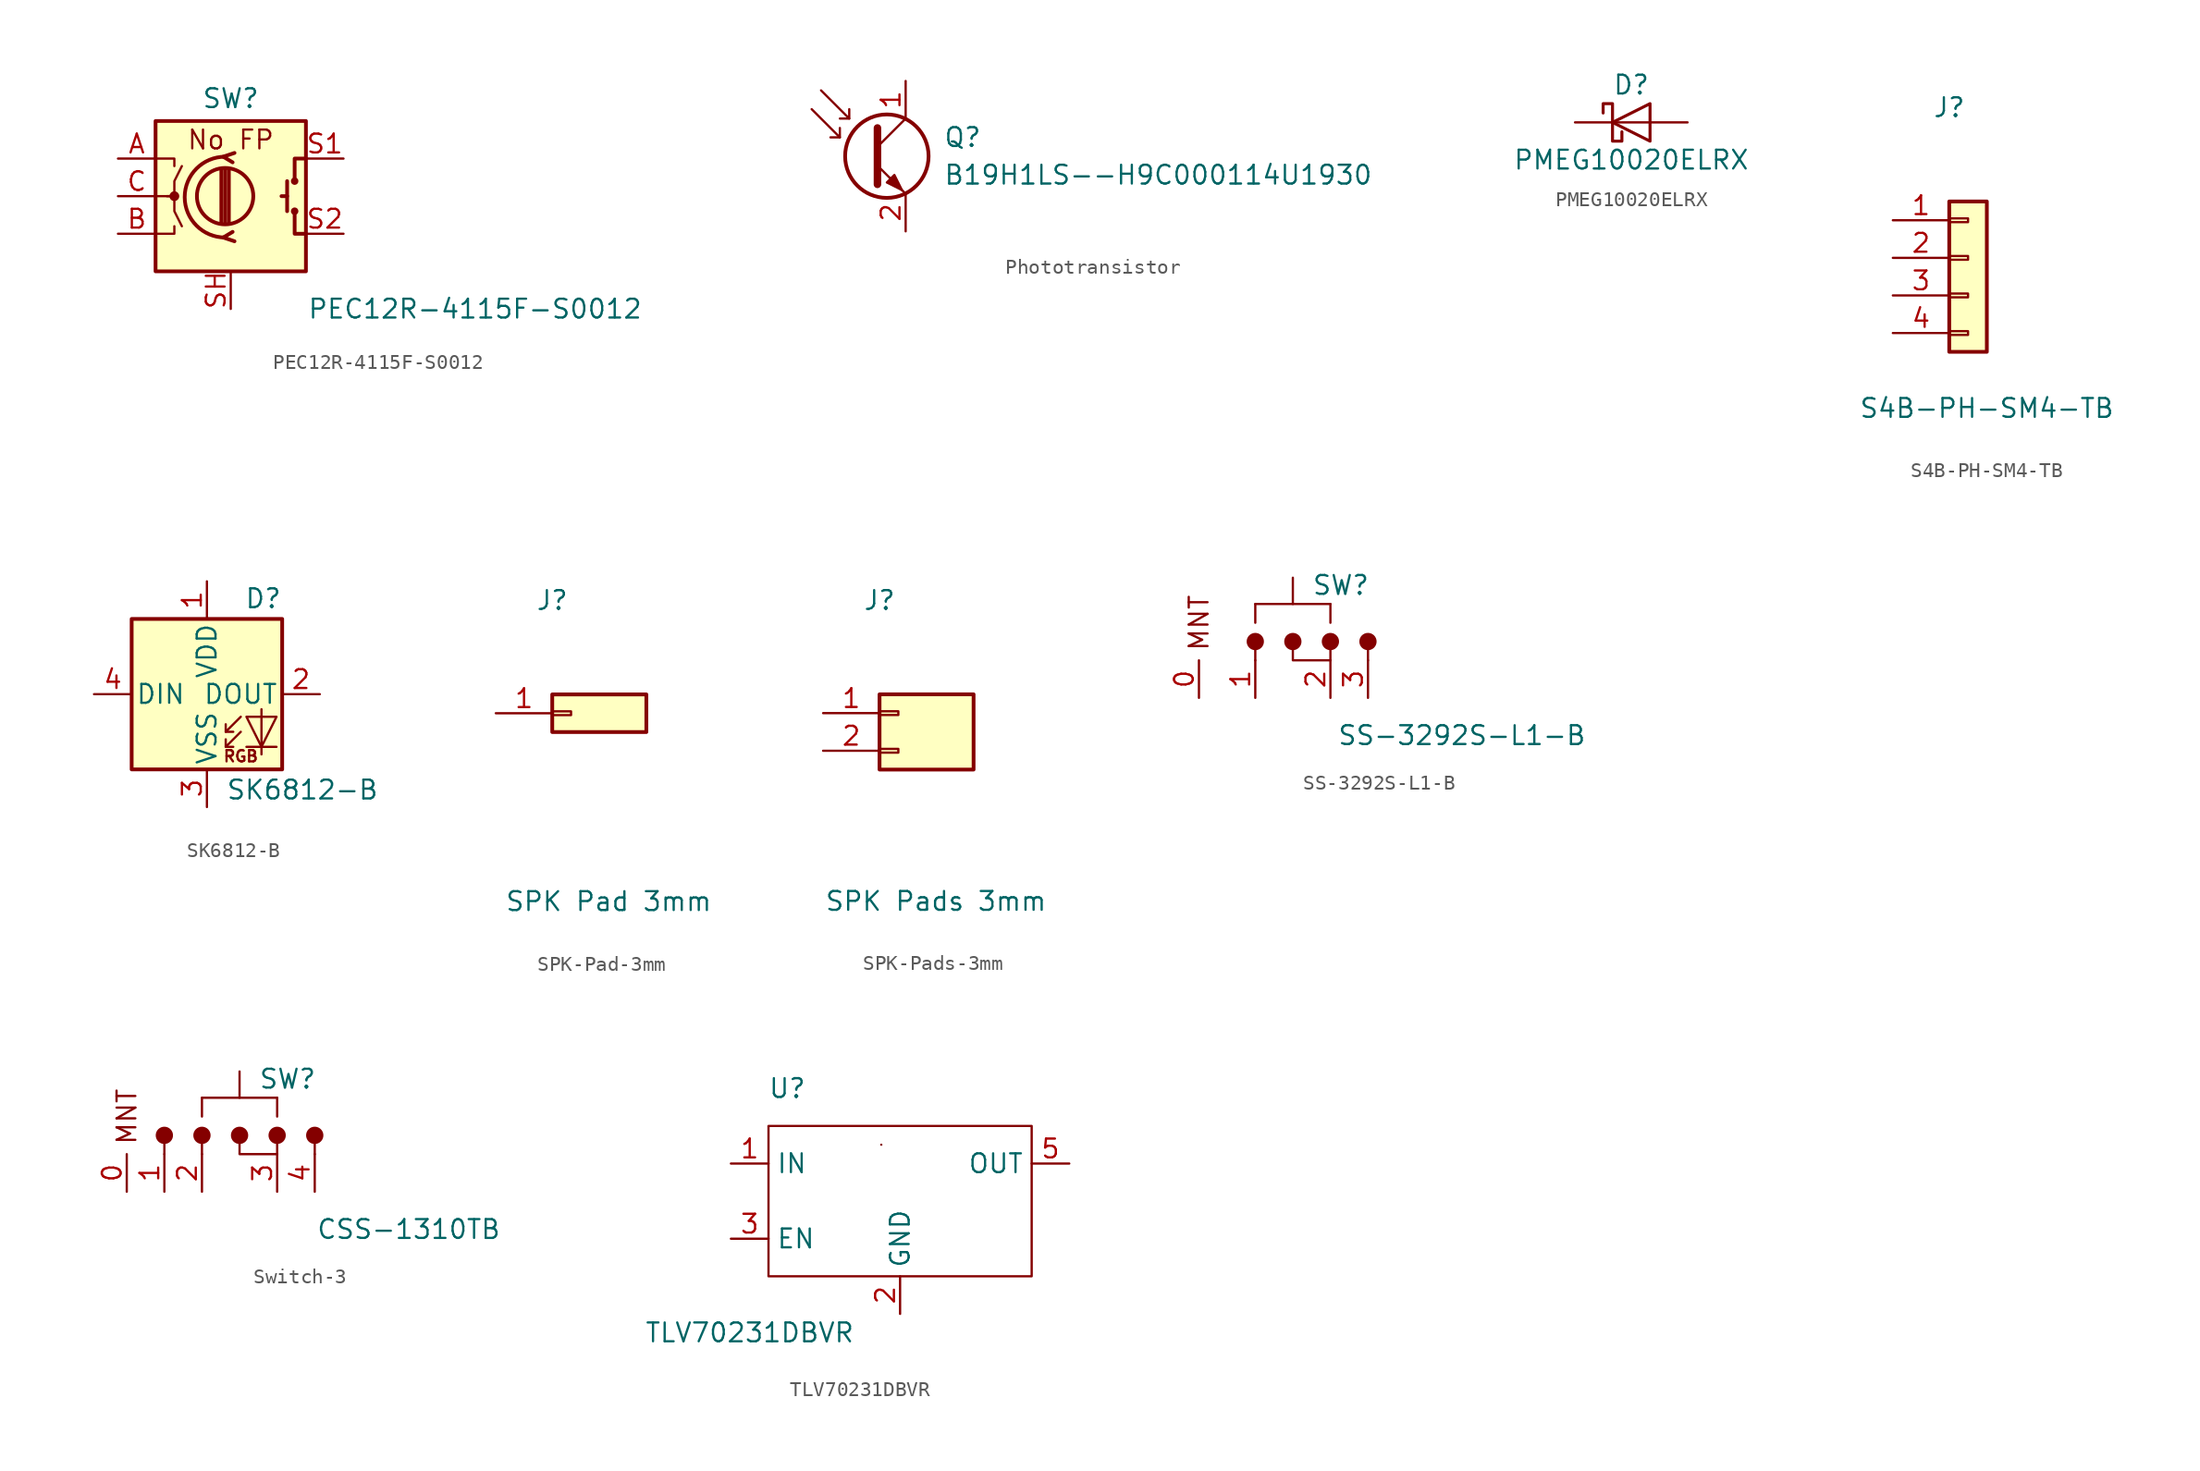
<source format=kicad_sym>
(kicad_symbol_lib
  (version 20231120)
  (generator "kicad_symbol_editor")
  (generator_version "8.0")
  (symbol "PEC12R-4115F-S0012"
    (pin_names
      (offset 0.254) hide)
    (property "Reference" "SW"
      (at 0 6.604 0)
      (effects (font (size 1.27 1.27))))
    (property "Value" "PEC12R-4115F-S0012"
      (at 16.51 -7.62 0)
      (effects (font (size 1.27 1.27))))
    (symbol "PEC12R-4115F-S0012_0_1"
      (rectangle (start -5.08 5.08) (end 5.08 -5.08) (stroke (width 0.254) (type default)) (fill (type background)))
      (circle (center -3.81 0) (radius 0.254) (stroke (width 0) (type default)) (fill (type outline)))
      (circle (center -0.381 0) (radius 1.905) (stroke (width 0.254) (type default)) (fill (type none)))
      (arc (start -0.381 2.667) (mid -3.0988 -0.0635) (end -0.381 -2.794) (stroke (width 0.254) (type default)) (fill (type none)))
      (polyline (pts (xy -0.635 -1.778) (xy -0.635 1.778)) (stroke (width 0.254) (type default)) (fill (type none)))
      (polyline (pts (xy -0.381 -1.778) (xy -0.381 1.778)) (stroke (width 0.254) (type default)) (fill (type none)))
      (polyline (pts (xy -0.127 1.778) (xy -0.127 -1.778)) (stroke (width 0.254) (type default)) (fill (type none)))
      (polyline (pts (xy 3.81 0) (xy 3.429 0)) (stroke (width 0.254) (type default)) (fill (type none)))
      (polyline (pts (xy 3.81 1.016) (xy 3.81 -1.016)) (stroke (width 0.254) (type default)) (fill (type none)))
      (polyline (pts (xy -5.08 -2.54) (xy -3.81 -2.54) (xy -3.81 -2.032)) (stroke (width 0) (type default)) (fill (type none)))
      (polyline (pts (xy -5.08 2.54) (xy -3.81 2.54) (xy -3.81 2.032)) (stroke (width 0) (type default)) (fill (type none)))
      (polyline (pts (xy 0.254 -3.048) (xy -0.508 -2.794) (xy 0.127 -2.413)) (stroke (width 0.254) (type default)) (fill (type none)))
      (polyline (pts (xy 0.254 2.921) (xy -0.508 2.667) (xy 0.127 2.286)) (stroke (width 0.254) (type default)) (fill (type none)))
      (polyline (pts (xy 5.08 -2.54) (xy 4.318 -2.54) (xy 4.318 -1.016)) (stroke (width 0.254) (type default)) (fill (type none)))
      (polyline (pts (xy 5.08 2.54) (xy 4.318 2.54) (xy 4.318 1.016)) (stroke (width 0.254) (type default)) (fill (type none)))
      (polyline (pts (xy -5.08 0) (xy -3.81 0) (xy -3.81 -1.016) (xy -3.302 -2.032)) (stroke (width 0) (type default)) (fill (type none)))
      (polyline (pts (xy -4.318 0) (xy -3.81 0) (xy -3.81 1.016) (xy -3.302 2.032)) (stroke (width 0) (type default)) (fill (type none)))
      (circle (center 4.318 -1.016) (radius 0.127) (stroke (width 0.254) (type default)) (fill (type none)))
      (circle (center 4.318 1.016) (radius 0.127) (stroke (width 0.254) (type default)) (fill (type none))))
    (symbol "PEC12R-4115F-S0012_1_1"
      (text "No FP" (at 0 3.81 0) (effects (font (size 1.27 1.27))))
      (pin passive line (at -7.62 2.54 0) (length 2.54) (name "A" (effects (font (size 1.27 1.27)))) (number "A" (effects (font (size 1.27 1.27)))))
      (pin passive line (at -7.62 -2.54 0) (length 2.54) (name "B" (effects (font (size 1.27 1.27)))) (number "B" (effects (font (size 1.27 1.27)))))
      (pin passive line (at -7.62 0 0) (length 2.54) (name "C" (effects (font (size 1.27 1.27)))) (number "C" (effects (font (size 1.27 1.27)))))
      (pin passive line (at 7.62 2.54 180) (length 2.54) (name "S1" (effects (font (size 1.27 1.27)))) (number "S1" (effects (font (size 1.27 1.27)))))
      (pin passive line (at 7.62 -2.54 180) (length 2.54) (name "S2" (effects (font (size 1.27 1.27)))) (number "S2" (effects (font (size 1.27 1.27)))))
      (pin passive line (at 0 -7.62 90) (length 2.54) (name "SH" (effects (font (size 1.27 1.27)))) (number "SH" (effects (font (size 1.27 1.27)))))))
  (symbol "Phototransistor"
    (pin_names
      (offset 0) hide)
    (property "Reference" "Q"
      (at 5.08 1.27 0)
      (effects (font (size 1.27 1.27)) (justify left)))
    (property "Value" "B19H1LS--H9C000114U1930"
      (at 5.08 -1.27 0)
      (effects (font (size 1.27 1.27)) (justify left)))
    (symbol "Phototransistor_0_1"
      (polyline (pts (xy -1.905 1.27) (xy -2.54 1.27)) (stroke (width 0) (type default)) (fill (type none)))
      (polyline (pts (xy -1.27 2.54) (xy -1.905 2.54)) (stroke (width 0) (type default)) (fill (type none)))
      (polyline (pts (xy 0.635 0.635) (xy 2.54 2.54)) (stroke (width 0) (type default)) (fill (type none)))
      (polyline (pts (xy -3.81 3.175) (xy -1.905 1.27) (xy -1.905 1.905)) (stroke (width 0) (type default)) (fill (type none)))
      (polyline (pts (xy -3.175 4.445) (xy -1.27 2.54) (xy -1.27 3.175)) (stroke (width 0) (type default)) (fill (type none)))
      (polyline (pts (xy 0.635 -0.635) (xy 2.54 -2.54) (xy 2.54 -2.54)) (stroke (width 0) (type default)) (fill (type none)))
      (polyline (pts (xy 0.635 1.905) (xy 0.635 -1.905) (xy 0.635 -1.905)) (stroke (width 0.508) (type default)) (fill (type none)))
      (polyline (pts (xy 1.27 -1.778) (xy 1.778 -1.27) (xy 2.286 -2.286) (xy 1.27 -1.778) (xy 1.27 -1.778)) (stroke (width 0) (type default)) (fill (type outline)))
      (circle (center 1.27 0) (radius 2.819) (stroke (width 0.254) (type default)) (fill (type none))))
    (symbol "Phototransistor_1_1"
      (pin passive line (at 2.54 5.08 270) (length 2.54) (name "C" (effects (font (size 1.27 1.27)))) (number "1" (effects (font (size 1.27 1.27)))))
      (pin passive line (at 2.54 -5.08 90) (length 2.54) (name "E" (effects (font (size 1.27 1.27)))) (number "2" (effects (font (size 1.27 1.27)))))))
  (symbol "PMEG10020ELRX"
    (pin_numbers hide)
    (pin_names hide)
    (property "Reference" "D"
      (at 0 2.54 0)
      (effects (font (size 1.27 1.27))))
    (property "Value" "PMEG10020ELRX"
      (at 0 -2.54 0)
      (effects (font (size 1.27 1.27))))
    (symbol "PMEG10020ELRX_0_1"
      (polyline (pts (xy 1.27 0) (xy -1.27 0)) (stroke (width 0) (type default)) (fill (type none)))
      (polyline (pts (xy 1.27 1.27) (xy 1.27 -1.27) (xy -1.27 0) (xy 1.27 1.27)) (stroke (width 0.203) (type default)) (fill (type none)))
      (polyline (pts (xy -1.905 0.635) (xy -1.905 1.27) (xy -1.27 1.27) (xy -1.27 -1.27) (xy -0.635 -1.27) (xy -0.635 -0.635)) (stroke (width 0.203) (type default)) (fill (type none))))
    (symbol "PMEG10020ELRX_1_1"
      (pin passive line (at -3.81 0 0) (length 2.54) (name "K" (effects (font (size 1.27 1.27)))) (number "1" (effects (font (size 1.27 1.27)))))
      (pin passive line (at 3.81 0 180) (length 2.54) (name "A" (effects (font (size 1.27 1.27)))) (number "2" (effects (font (size 1.27 1.27)))))))
  (symbol "S4B-PH-SM4-TB"
    (pin_names
      (offset 1.016) hide)
    (property "Reference" "J"
      (at 0 7.62 0)
      (effects (font (size 1.27 1.27))))
    (property "Value" "S4B-PH-SM4-TB"
      (at 2.54 -12.7 0)
      (effects (font (size 1.27 1.27))))
    (symbol "S4B-PH-SM4-TB_1_1"
      (rectangle (start 0 -7.493) (end 1.27 -7.747) (stroke (width 0.152) (type default)) (fill (type none)))
      (rectangle (start 0 -4.953) (end 1.27 -5.207) (stroke (width 0.152) (type default)) (fill (type none)))
      (rectangle (start 0 -2.413) (end 1.27 -2.667) (stroke (width 0.152) (type default)) (fill (type none)))
      (rectangle (start 0 0.127) (end 1.27 -0.127) (stroke (width 0.152) (type default)) (fill (type none)))
      (rectangle (start 0 1.27) (end 2.54 -8.89) (stroke (width 0.254) (type default)) (fill (type background)))
      (pin passive line (at -3.81 0 0) (length 3.81) (name "Pin_1" (effects (font (size 1.27 1.27)))) (number "1" (effects (font (size 1.27 1.27)))))
      (pin passive line (at -3.81 -2.54 0) (length 3.81) (name "Pin_2" (effects (font (size 1.27 1.27)))) (number "2" (effects (font (size 1.27 1.27)))))
      (pin passive line (at -3.81 -5.08 0) (length 3.81) (name "Pin_3" (effects (font (size 1.27 1.27)))) (number "3" (effects (font (size 1.27 1.27)))))
      (pin passive line (at -3.81 -7.62 0) (length 3.81) (name "Pin_4" (effects (font (size 1.27 1.27)))) (number "4" (effects (font (size 1.27 1.27)))))))
  (symbol "SK6812-B"
    (pin_names
      (offset 0.254))
    (property "Reference" "D"
      (at 5.08 5.715 0)
      (effects (font (size 1.27 1.27)) (justify right bottom)))
    (property "Value" "SK6812-B"
      (at 1.27 -5.715 0)
      (effects (font (size 1.27 1.27)) (justify left top)))
    (symbol "SK6812-B_0_0"
      (text "RGB" (at 2.286 -4.191 0) (effects (font (size 0.762 0.762)))))
    (symbol "SK6812-B_0_1"
      (polyline (pts (xy 1.27 -3.556) (xy 1.778 -3.556)) (stroke (width 0) (type default)) (fill (type none)))
      (polyline (pts (xy 1.27 -2.54) (xy 1.778 -2.54)) (stroke (width 0) (type default)) (fill (type none)))
      (polyline (pts (xy 4.699 -3.556) (xy 2.667 -3.556)) (stroke (width 0) (type default)) (fill (type none)))
      (polyline (pts (xy 2.286 -2.54) (xy 1.27 -3.556) (xy 1.27 -3.048)) (stroke (width 0) (type default)) (fill (type none)))
      (polyline (pts (xy 2.286 -1.524) (xy 1.27 -2.54) (xy 1.27 -2.032)) (stroke (width 0) (type default)) (fill (type none)))
      (polyline (pts (xy 3.683 -1.016) (xy 3.683 -3.556) (xy 3.683 -4.064)) (stroke (width 0) (type default)) (fill (type none)))
      (polyline (pts (xy 4.699 -1.524) (xy 2.667 -1.524) (xy 3.683 -3.556) (xy 4.699 -1.524)) (stroke (width 0) (type default)) (fill (type none)))
      (rectangle (start 5.08 5.08) (end -5.08 -5.08) (stroke (width 0.254) (type default)) (fill (type background))))
    (symbol "SK6812-B_1_1"
      (pin power_in line (at 0 7.62 270) (length 2.54) (name "VDD" (effects (font (size 1.27 1.27)))) (number "1" (effects (font (size 1.27 1.27)))))
      (pin output line (at 7.62 0 180) (length 2.54) (name "DOUT" (effects (font (size 1.27 1.27)))) (number "2" (effects (font (size 1.27 1.27)))))
      (pin power_in line (at 0 -7.62 90) (length 2.54) (name "VSS" (effects (font (size 1.27 1.27)))) (number "3" (effects (font (size 1.27 1.27)))))
      (pin input line (at -7.62 0 0) (length 2.54) (name "DIN" (effects (font (size 1.27 1.27)))) (number "4" (effects (font (size 1.27 1.27)))))))
  (symbol "SPK-Pad-3mm"
    (pin_names
      (offset 1.016) hide)
    (property "Reference" "J"
      (at 0 7.62 0)
      (effects (font (size 1.27 1.27))))
    (property "Value" "SPK Pad 3mm"
      (at 3.81 -12.7 0)
      (effects (font (size 1.27 1.27))))
    (symbol "SPK-Pad-3mm_1_1"
      (rectangle (start 0 0.127) (end 1.27 -0.127) (stroke (width 0.152) (type default)) (fill (type none)))
      (rectangle (start 0 1.27) (end 6.35 -1.27) (stroke (width 0.254) (type default)) (fill (type background)))
      (pin passive line (at -3.81 0 0) (length 3.81) (name "1" (effects (font (size 1.27 1.27)))) (number "1" (effects (font (size 1.27 1.27)))))))
  (symbol "SPK-Pads-3mm"
    (pin_names
      (offset 1.016) hide)
    (property "Reference" "J"
      (at 0 7.62 0)
      (effects (font (size 1.27 1.27))))
    (property "Value" "SPK Pads 3mm"
      (at 3.81 -12.7 0)
      (effects (font (size 1.27 1.27))))
    (symbol "SPK-Pads-3mm_1_1"
      (rectangle (start 0 -2.413) (end 1.27 -2.667) (stroke (width 0.152) (type default)) (fill (type none)))
      (rectangle (start 0 0.127) (end 1.27 -0.127) (stroke (width 0.152) (type default)) (fill (type none)))
      (rectangle (start 0 1.27) (end 6.35 -3.81) (stroke (width 0.254) (type default)) (fill (type background)))
      (pin passive line (at -3.81 0 0) (length 3.81) (name "1" (effects (font (size 1.27 1.27)))) (number "1" (effects (font (size 1.27 1.27)))))
      (pin passive line (at -3.81 -2.54 0) (length 3.81) (name "2" (effects (font (size 1.27 1.27)))) (number "2" (effects (font (size 1.27 1.27)))))))
  (symbol "SS-3292S-L1-B"
    (pin_names
      (offset 1.016) hide)
    (property "Reference" "SW"
      (at 1.27 2.54 0)
      (effects (font (size 1.27 1.27)) (justify left)))
    (property "Value" "SS-3292S-L1-B"
      (at 11.43 -7.62 0)
      (effects (font (size 1.27 1.27))))
    (symbol "SS-3292S-L1-B_0_1"
      (polyline (pts (xy -2.54 -2.54) (xy -2.54 -1.27)) (stroke (width 0) (type default)) (fill (type none)))
      (polyline (pts (xy -2.54 1.27) (xy -2.54 0)) (stroke (width 0) (type default)) (fill (type none)))
      (polyline (pts (xy 0 1.27) (xy 0 3.048)) (stroke (width 0) (type default)) (fill (type none)))
      (polyline (pts (xy 2.54 -2.54) (xy 2.54 -1.27)) (stroke (width 0) (type default)) (fill (type none)))
      (polyline (pts (xy 2.54 1.27) (xy -2.54 1.27)) (stroke (width 0) (type default)) (fill (type none)))
      (polyline (pts (xy 2.54 1.27) (xy 2.54 0)) (stroke (width 0) (type default)) (fill (type none)))
      (polyline (pts (xy 5.08 -2.54) (xy 5.08 -1.27)) (stroke (width 0) (type default)) (fill (type none))))
    (symbol "SS-3292S-L1-B_1_1"
      (circle (center -2.54 -1.27) (radius 0.508) (stroke (width 0) (type default)) (fill (type outline)))
      (circle (center 0 -1.27) (radius 0.508) (stroke (width 0) (type default)) (fill (type outline)))
      (polyline (pts (xy 0 -1.27) (xy 0 -2.54) (xy 2.54 -2.54)) (stroke (width 0) (type default)) (fill (type none)))
      (circle (center 2.54 -1.27) (radius 0.508) (stroke (width 0) (type default)) (fill (type outline)))
      (circle (center 5.08 -1.27) (radius 0.508) (stroke (width 0) (type default)) (fill (type outline)))
      (text "MNT" (at -6.35 0 900) (effects (font (size 1.27 1.27))))
      (pin passive line (at -6.35 -5.08 90) (length 2.54) (name "MNT" (effects (font (size 1.27 1.27)))) (number "0" (effects (font (size 1.27 1.27)))))
      (pin passive line (at -2.54 -5.08 90) (length 2.54) (name "1" (effects (font (size 1.27 1.27)))) (number "1" (effects (font (size 1.27 1.27)))))
      (pin passive line (at 2.54 -5.08 90) (length 2.54) (name "2" (effects (font (size 1.27 1.27)))) (number "2" (effects (font (size 1.27 1.27)))))
      (pin passive line (at 5.08 -5.08 90) (length 2.54) (name "3" (effects (font (size 1.27 1.27)))) (number "3" (effects (font (size 1.27 1.27)))))))
  (symbol "Switch-3"
    (pin_names
      (offset 1.016) hide)
    (property "Reference" "SW"
      (at 1.27 2.54 0)
      (effects (font (size 1.27 1.27)) (justify left)))
    (property "Value" "CSS-1310TB"
      (at 11.43 -7.62 0)
      (effects (font (size 1.27 1.27))))
    (symbol "Switch-3_0_1"
      (polyline (pts (xy -5.08 -2.54) (xy -5.08 -1.27)) (stroke (width 0) (type default)) (fill (type none)))
      (polyline (pts (xy -2.54 -2.54) (xy -2.54 -1.27)) (stroke (width 0) (type default)) (fill (type none)))
      (polyline (pts (xy -2.54 1.27) (xy -2.54 0)) (stroke (width 0) (type default)) (fill (type none)))
      (polyline (pts (xy 0 1.27) (xy 0 3.048)) (stroke (width 0) (type default)) (fill (type none)))
      (polyline (pts (xy 2.54 -2.54) (xy 2.54 -1.27)) (stroke (width 0) (type default)) (fill (type none)))
      (polyline (pts (xy 2.54 1.27) (xy -2.54 1.27)) (stroke (width 0) (type default)) (fill (type none)))
      (polyline (pts (xy 2.54 1.27) (xy 2.54 0)) (stroke (width 0) (type default)) (fill (type none)))
      (polyline (pts (xy 5.08 -2.54) (xy 5.08 -1.27)) (stroke (width 0) (type default)) (fill (type none))))
    (symbol "Switch-3_1_1"
      (circle (center -5.08 -1.27) (radius 0.508) (stroke (width 0) (type default)) (fill (type outline)))
      (circle (center -2.54 -1.27) (radius 0.508) (stroke (width 0) (type default)) (fill (type outline)))
      (circle (center 0 -1.27) (radius 0.508) (stroke (width 0) (type default)) (fill (type outline)))
      (polyline (pts (xy 0 -1.27) (xy 0 -2.54) (xy 2.54 -2.54)) (stroke (width 0) (type default)) (fill (type none)))
      (circle (center 2.54 -1.27) (radius 0.508) (stroke (width 0) (type default)) (fill (type outline)))
      (circle (center 5.08 -1.27) (radius 0.508) (stroke (width 0) (type default)) (fill (type outline)))
      (text "MNT" (at -7.62 0 900) (effects (font (size 1.27 1.27))))
      (pin passive line (at -7.62 -5.08 90) (length 2.54) (name "MNT" (effects (font (size 1.27 1.27)))) (number "0" (effects (font (size 1.27 1.27)))))
      (pin passive line (at -5.08 -5.08 90) (length 2.54) (name "1" (effects (font (size 1.27 1.27)))) (number "1" (effects (font (size 1.27 1.27)))))
      (pin passive line (at -2.54 -5.08 90) (length 2.54) (name "2" (effects (font (size 1.27 1.27)))) (number "2" (effects (font (size 1.27 1.27)))))
      (pin passive line (at 2.54 -5.08 90) (length 2.54) (name "3" (effects (font (size 1.27 1.27)))) (number "3" (effects (font (size 1.27 1.27)))))
      (pin passive line (at 5.08 -5.08 90) (length 2.54) (name "4" (effects (font (size 1.27 1.27)))) (number "4" (effects (font (size 1.27 1.27)))))))
  (symbol "TLV70231DBVR"
    (property "Reference" "U"
      (at 1.27 5.08 0)
      (effects (font (size 1.27 1.27))))
    (property "Value" "TLV70231DBVR"
      (at -1.27 -11.43 0)
      (effects (font (size 1.27 1.27))))
    (symbol "TLV70231DBVR_0_1"
      (rectangle (start 0 2.54) (end 17.78 -7.62) (stroke (width 0) (type default)) (fill (type none)))
      (rectangle (start 7.62 1.27) (end 7.62 1.27) (stroke (width 0) (type default)) (fill (type none))))
    (symbol "TLV70231DBVR_1_1"
      (pin power_in line (at -2.54 0 0) (length 2.54) (name "IN" (effects (font (size 1.27 1.27)))) (number "1" (effects (font (size 1.27 1.27)))))
      (pin power_in line (at 8.89 -10.16 90) (length 2.54) (name "GND" (effects (font (size 1.27 1.27)))) (number "2" (effects (font (size 1.27 1.27)))))
      (pin input line (at -2.54 -5.08 0) (length 2.54) (name "EN" (effects (font (size 1.27 1.27)))) (number "3" (effects (font (size 1.27 1.27)))))
      (pin passive line (at 20.32 -3.81 180) (length 2.54) hide (name "NC" (effects (font (size 1.27 1.27)))) (number "4" (effects (font (size 1.27 1.27)))))
      (pin passive line (at 20.32 0 180) (length 2.54) (name "OUT" (effects (font (size 1.27 1.27)))) (number "5" (effects (font (size 1.27 1.27))))))))
</source>
